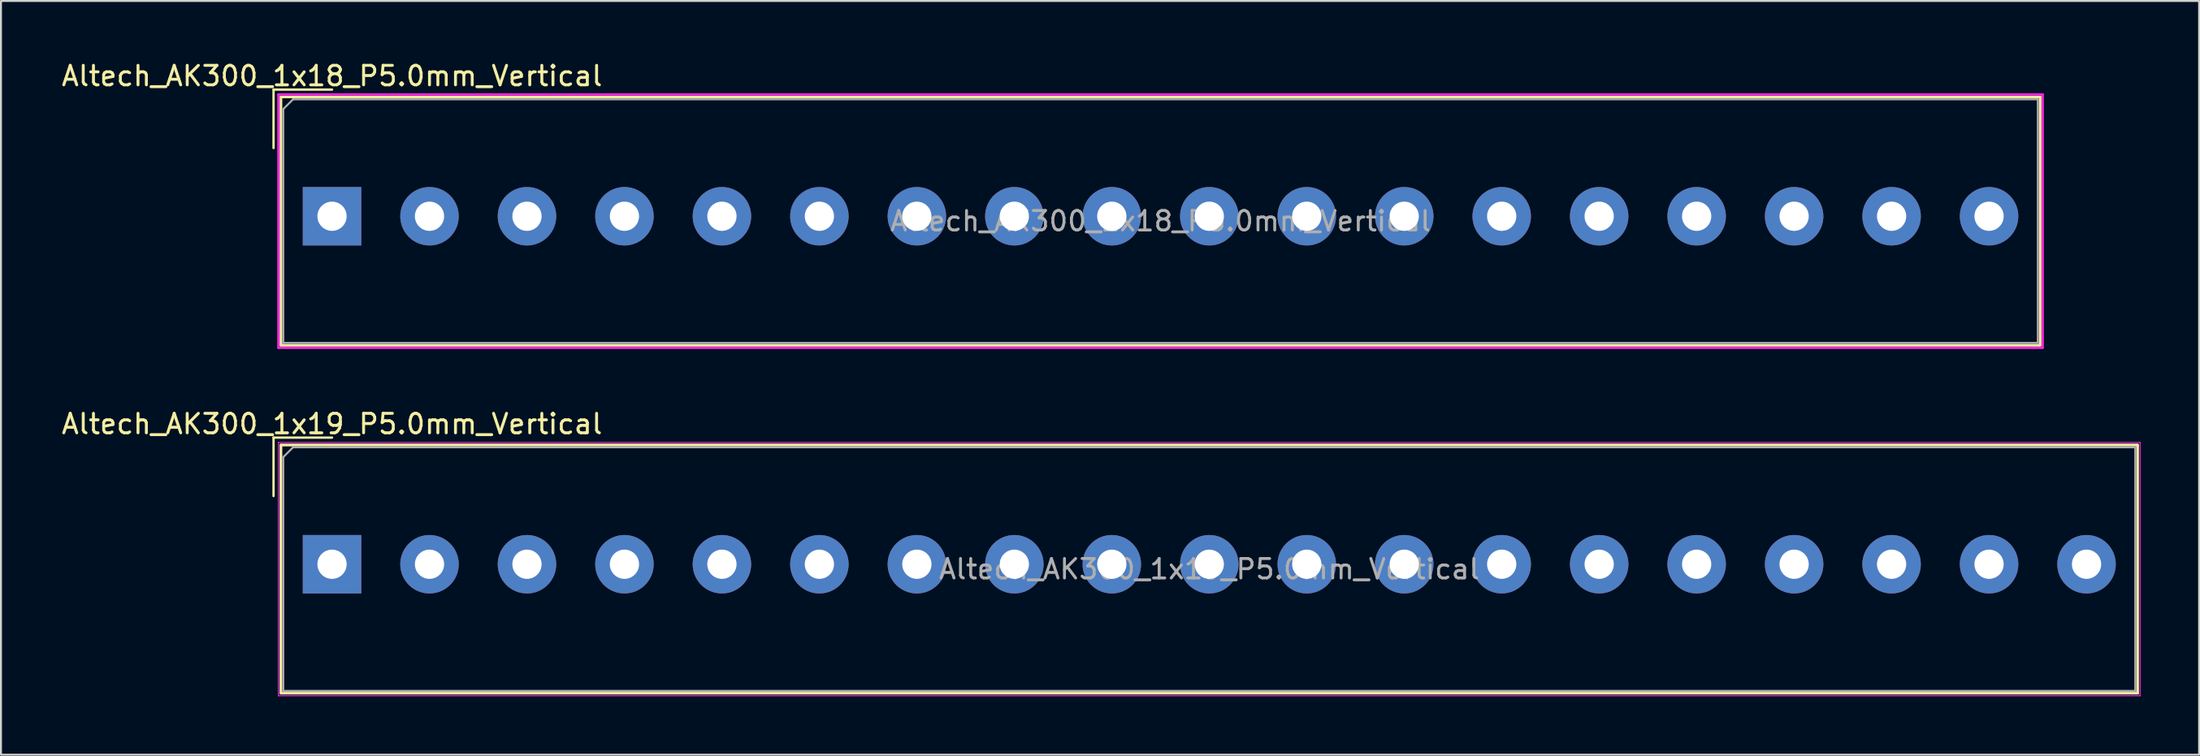
<source format=kicad_pcb>
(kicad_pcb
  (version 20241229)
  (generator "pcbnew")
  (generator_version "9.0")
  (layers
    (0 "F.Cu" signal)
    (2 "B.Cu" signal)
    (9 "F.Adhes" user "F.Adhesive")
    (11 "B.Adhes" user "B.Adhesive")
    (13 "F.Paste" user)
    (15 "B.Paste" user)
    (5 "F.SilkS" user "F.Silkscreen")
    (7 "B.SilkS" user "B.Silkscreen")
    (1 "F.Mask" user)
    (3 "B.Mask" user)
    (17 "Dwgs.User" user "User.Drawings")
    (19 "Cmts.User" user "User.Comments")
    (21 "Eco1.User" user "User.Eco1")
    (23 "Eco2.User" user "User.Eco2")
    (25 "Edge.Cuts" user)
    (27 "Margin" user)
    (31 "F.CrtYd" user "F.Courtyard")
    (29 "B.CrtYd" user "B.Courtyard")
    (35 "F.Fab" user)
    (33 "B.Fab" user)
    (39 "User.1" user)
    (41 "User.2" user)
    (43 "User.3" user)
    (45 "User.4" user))
  (footprint "Altech_AK300_1x19_P5.0mm_Vertical"
    (layer "F.Cu")
    (at 13.982 25.907)
    (property "Reference" "Altech_AK300_1x19_P5.0mm_Vertical" (at 0 -7.2 0) (layer "F.SilkS") (effects (font (size 1 1) (thickness 0.15))))
    (attr through_hole)
    (fp_line (start -3 -6.5) (end 0 -6.5) (stroke (width 0.12) (type solid)) (layer "F.SilkS"))
    (fp_line (start -3 -3.5) (end -3 -6.5) (stroke (width 0.12) (type solid)) (layer "F.SilkS"))
    (fp_line (start -2.62 -6.12) (end -2.62 6.62) (stroke (width 0.12) (type solid)) (layer "F.SilkS"))
    (fp_line (start -2.62 -6.12) (end -2.62 6.62) (stroke (width 0.12) (type solid)) (layer "F.SilkS"))
    (fp_line (start -2.62 -6.12) (end 92.62 -6.12) (stroke (width 0.12) (type solid)) (layer "F.SilkS"))
    (fp_line (start -2.62 -6.12) (end 92.62 -6.12) (stroke (width 0.12) (type solid)) (layer "F.SilkS"))
    (fp_line (start -2.62 6.62) (end 92.62 6.62) (stroke (width 0.12) (type solid)) (layer "F.SilkS"))
    (fp_line (start -2.62 6.62) (end 92.62 6.62) (stroke (width 0.12) (type solid)) (layer "F.SilkS"))
    (fp_line (start 92.62 -6.12) (end 92.62 6.62) (stroke (width 0.12) (type solid)) (layer "F.SilkS"))
    (fp_line (start 92.62 -6.12) (end 92.62 6.62) (stroke (width 0.12) (type solid)) (layer "F.SilkS"))
    (fp_line (start -2.75 -6.25) (end -2.75 6.75) (stroke (width 0.05) (type solid)) (layer "F.CrtYd"))
    (fp_line (start -2.75 -6.25) (end 92.75 -6.25) (stroke (width 0.05) (type solid)) (layer "F.CrtYd"))
    (fp_line (start -2.75 6.75) (end 92.75 6.75) (stroke (width 0.05) (type solid)) (layer "F.CrtYd"))
    (fp_line (start 92.75 -6.25) (end 92.75 6.75) (stroke (width 0.05) (type solid)) (layer "F.CrtYd"))
    (fp_line (start -2.5 -5.5) (end -2 -6) (stroke (width 0.1) (type solid)) (layer "F.Fab"))
    (fp_line (start -2.5 6.5) (end -2.5 -5.5) (stroke (width 0.1) (type solid)) (layer "F.Fab"))
    (fp_line (start -2 -6) (end 92.5 -6) (stroke (width 0.1) (type solid)) (layer "F.Fab"))
    (fp_line (start 92.5 -6) (end 92.5 6.5) (stroke (width 0.1) (type solid)) (layer "F.Fab"))
    (fp_line (start 92.5 6.5) (end -2.5 6.5) (stroke (width 0.1) (type solid)) (layer "F.Fab"))
    (fp_text user "${REFERENCE}" (at 45 0.25 0) (layer "F.Fab") (effects (font (size 1 1) (thickness 0.15))))
    (pad "1" thru_hole rect (at 0 0) (size 3 3) (drill 1.5) (layers "*.Cu" "*.Mask"))
    (pad "2" thru_hole circle (at 5 0) (size 3 3) (drill 1.5) (layers "*.Cu" "*.Mask"))
    (pad "3" thru_hole circle (at 10 0) (size 3 3) (drill 1.5) (layers "*.Cu" "*.Mask"))
    (pad "4" thru_hole circle (at 15 0) (size 3 3) (drill 1.5) (layers "*.Cu" "*.Mask"))
    (pad "5" thru_hole circle (at 20 0) (size 3 3) (drill 1.5) (layers "*.Cu" "*.Mask"))
    (pad "6" thru_hole circle (at 25 0) (size 3 3) (drill 1.5) (layers "*.Cu" "*.Mask"))
    (pad "7" thru_hole circle (at 30 0) (size 3 3) (drill 1.5) (layers "*.Cu" "*.Mask"))
    (pad "8" thru_hole circle (at 35 0) (size 3 3) (drill 1.5) (layers "*.Cu" "*.Mask"))
    (pad "9" thru_hole circle (at 40 0) (size 3 3) (drill 1.5) (layers "*.Cu" "*.Mask"))
    (pad "10" thru_hole circle (at 45 0) (size 3 3) (drill 1.5) (layers "*.Cu" "*.Mask"))
    (pad "11" thru_hole circle (at 50 0) (size 3 3) (drill 1.5) (layers "*.Cu" "*.Mask"))
    (pad "12" thru_hole circle (at 55 0) (size 3 3) (drill 1.5) (layers "*.Cu" "*.Mask"))
    (pad "13" thru_hole circle (at 60 0) (size 3 3) (drill 1.5) (layers "*.Cu" "*.Mask"))
    (pad "14" thru_hole circle (at 65 0) (size 3 3) (drill 1.5) (layers "*.Cu" "*.Mask"))
    (pad "15" thru_hole circle (at 70 0) (size 3 3) (drill 1.5) (layers "*.Cu" "*.Mask"))
    (pad "16" thru_hole circle (at 75 0) (size 3 3) (drill 1.5) (layers "*.Cu" "*.Mask"))
    (pad "17" thru_hole circle (at 80 0) (size 3 3) (drill 1.5) (layers "*.Cu" "*.Mask"))
    (pad "18" thru_hole circle (at 85 0) (size 3 3) (drill 1.5) (layers "*.Cu" "*.Mask"))
    (pad "19" thru_hole circle (at 90 0) (size 3 3) (drill 1.5) (layers "*.Cu" "*.Mask")))
  (footprint "Altech_AK300_1x18_P5.0mm_Vertical"
    (layer "F.Cu")
    (at 13.982 8.048)
    (property "Reference" "Altech_AK300_1x18_P5.0mm_Vertical" (at 0 -7.2 0) (layer "F.SilkS") (effects (font (size 1 1) (thickness 0.15))))
    (attr through_hole)
    (fp_line (start -3 -6.5) (end 0 -6.5) (stroke (width 0.12) (type solid)) (layer "F.SilkS"))
    (fp_line (start -3 -3.5) (end -3 -6.5) (stroke (width 0.12) (type solid)) (layer "F.SilkS"))
    (fp_line (start -2.62 -6.12) (end -2.62 6.62) (stroke (width 0.12) (type solid)) (layer "F.SilkS"))
    (fp_line (start -2.62 -6.12) (end -2.62 6.62) (stroke (width 0.12) (type solid)) (layer "F.SilkS"))
    (fp_line (start -2.62 -6.12) (end 87.62 -6.12) (stroke (width 0.12) (type solid)) (layer "F.SilkS"))
    (fp_line (start -2.62 -6.12) (end 87.62 -6.12) (stroke (width 0.12) (type solid)) (layer "F.SilkS"))
    (fp_line (start -2.62 6.62) (end 87.62 6.62) (stroke (width 0.12) (type solid)) (layer "F.SilkS"))
    (fp_line (start -2.62 6.62) (end 87.62 6.62) (stroke (width 0.12) (type solid)) (layer "F.SilkS"))
    (fp_line (start 87.62 -6.12) (end 87.62 6.62) (stroke (width 0.12) (type solid)) (layer "F.SilkS"))
    (fp_line (start 87.62 -6.12) (end 87.62 6.62) (stroke (width 0.12) (type solid)) (layer "F.SilkS"))
    (fp_line (start -2.75 -6.25) (end -2.75 6.75) (stroke (width 0.12) (type solid)) (layer "F.CrtYd"))
    (fp_line (start -2.75 -6.25) (end 87.75 -6.25) (stroke (width 0.12) (type solid)) (layer "F.CrtYd"))
    (fp_line (start -2.75 6.75) (end 87.75 6.75) (stroke (width 0.12) (type solid)) (layer "F.CrtYd"))
    (fp_line (start 87.75 -6.25) (end 87.75 6.75) (stroke (width 0.12) (type solid)) (layer "F.CrtYd"))
    (fp_line (start -2.5 -5.5) (end -2 -6) (stroke (width 0.1) (type solid)) (layer "F.Fab"))
    (fp_line (start -2.5 6.5) (end -2.5 -5.5) (stroke (width 0.1) (type solid)) (layer "F.Fab"))
    (fp_line (start -2 -6) (end 87.5 -6) (stroke (width 0.1) (type solid)) (layer "F.Fab"))
    (fp_line (start 87.5 -6) (end 87.5 6.5) (stroke (width 0.1) (type solid)) (layer "F.Fab"))
    (fp_line (start 87.5 6.5) (end -2.5 6.5) (stroke (width 0.1) (type solid)) (layer "F.Fab"))
    (fp_text user "${REFERENCE}" (at 42.5 0.25 0) (layer "F.Fab") (effects (font (size 1 1) (thickness 0.15))))
    (pad "1" thru_hole rect (at 0 0) (size 3 3) (drill 1.5) (layers "*.Cu" "*.Mask"))
    (pad "2" thru_hole circle (at 5 0) (size 3 3) (drill 1.5) (layers "*.Cu" "*.Mask"))
    (pad "3" thru_hole circle (at 10 0) (size 3 3) (drill 1.5) (layers "*.Cu" "*.Mask"))
    (pad "4" thru_hole circle (at 15 0) (size 3 3) (drill 1.5) (layers "*.Cu" "*.Mask"))
    (pad "5" thru_hole circle (at 20 0) (size 3 3) (drill 1.5) (layers "*.Cu" "*.Mask"))
    (pad "6" thru_hole circle (at 25 0) (size 3 3) (drill 1.5) (layers "*.Cu" "*.Mask"))
    (pad "7" thru_hole circle (at 30 0) (size 3 3) (drill 1.5) (layers "*.Cu" "*.Mask"))
    (pad "8" thru_hole circle (at 35 0) (size 3 3) (drill 1.5) (layers "*.Cu" "*.Mask"))
    (pad "9" thru_hole circle (at 40 0) (size 3 3) (drill 1.5) (layers "*.Cu" "*.Mask"))
    (pad "10" thru_hole circle (at 45 0) (size 3 3) (drill 1.5) (layers "*.Cu" "*.Mask"))
    (pad "11" thru_hole circle (at 50 0) (size 3 3) (drill 1.5) (layers "*.Cu" "*.Mask"))
    (pad "12" thru_hole circle (at 55 0) (size 3 3) (drill 1.5) (layers "*.Cu" "*.Mask"))
    (pad "13" thru_hole circle (at 60 0) (size 3 3) (drill 1.5) (layers "*.Cu" "*.Mask"))
    (pad "14" thru_hole circle (at 65 0) (size 3 3) (drill 1.5) (layers "*.Cu" "*.Mask"))
    (pad "15" thru_hole circle (at 70 0) (size 3 3) (drill 1.5) (layers "*.Cu" "*.Mask"))
    (pad "16" thru_hole circle (at 75 0) (size 3 3) (drill 1.5) (layers "*.Cu" "*.Mask"))
    (pad "17" thru_hole circle (at 80 0) (size 3 3) (drill 1.5) (layers "*.Cu" "*.Mask"))
    (pad "18" thru_hole circle (at 85 0) (size 3 3) (drill 1.5) (layers "*.Cu" "*.Mask")))
  (gr_rect
    (start -3 -3)
    (end 109.757 35.681)
    (stroke (width 0.1) (type default))
    (fill no)
    (layer "Edge.Cuts")))
</source>
